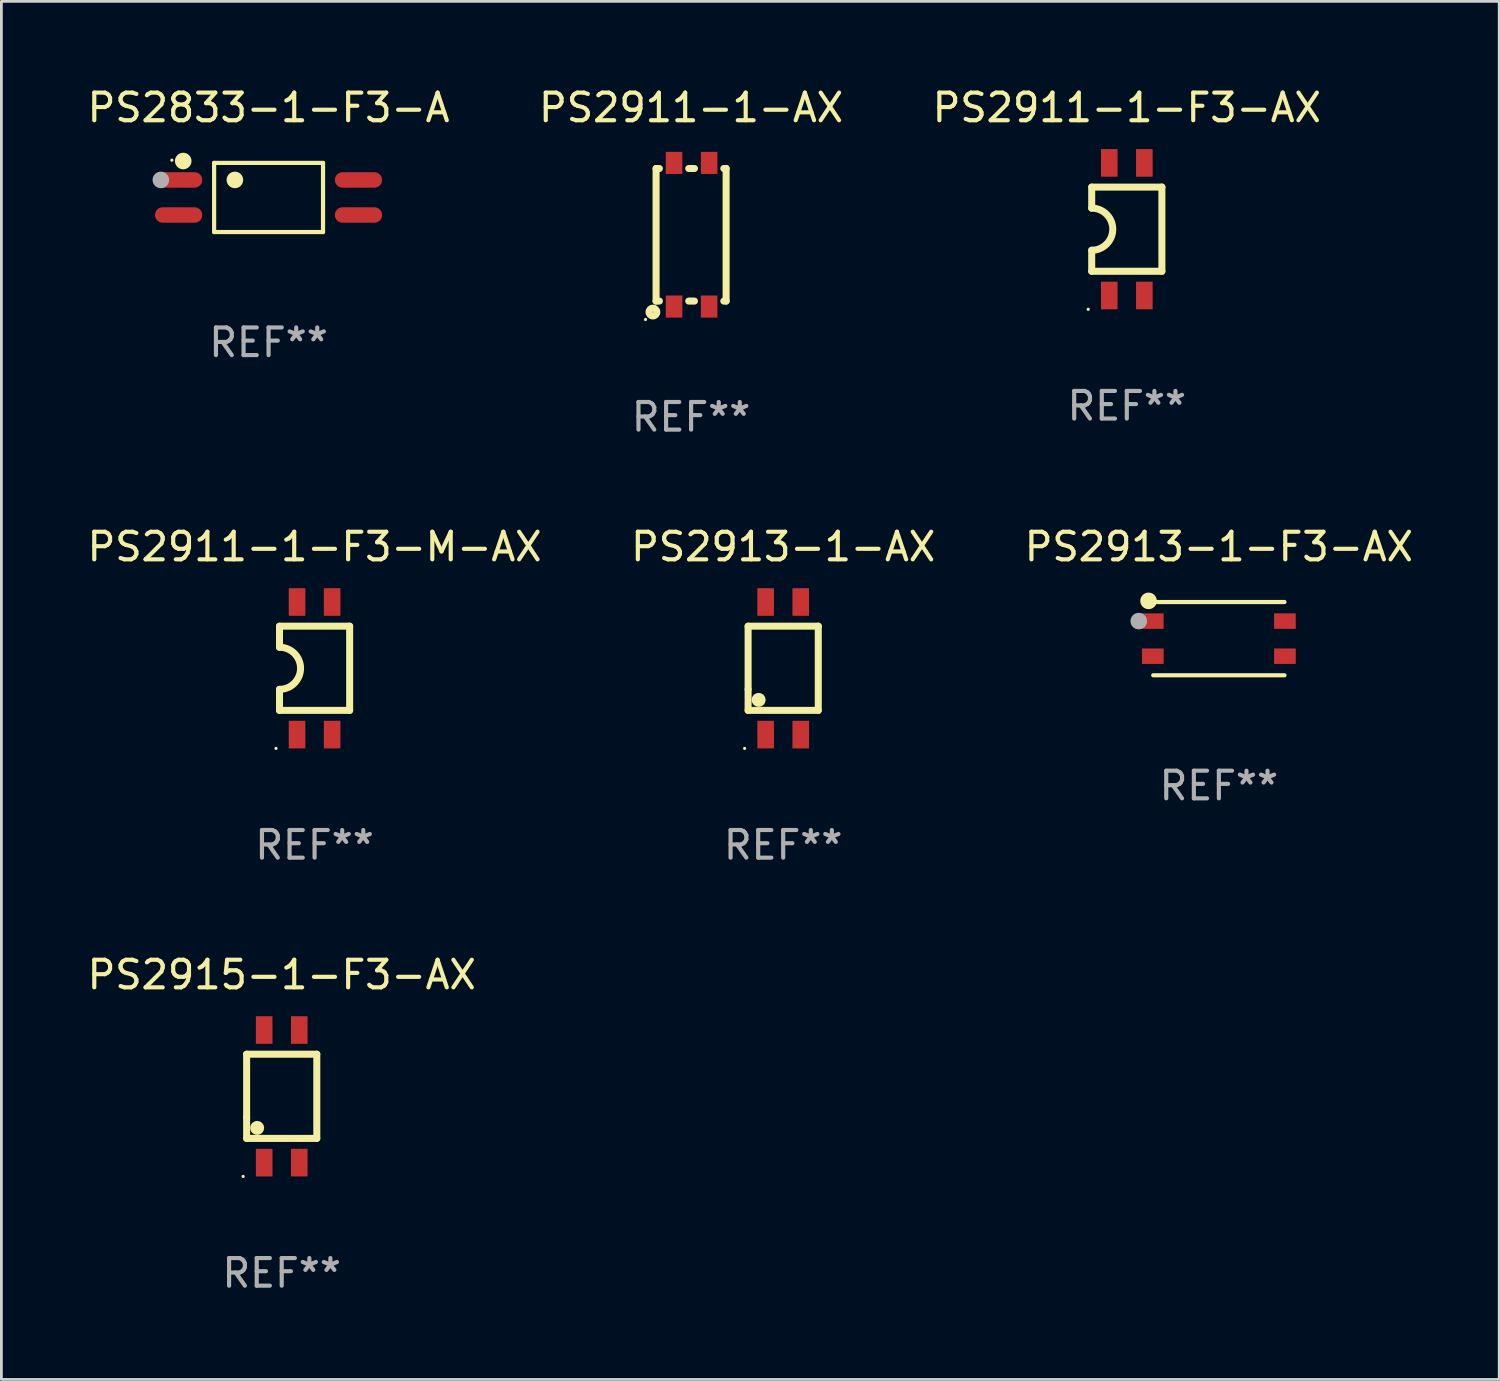
<source format=kicad_pcb>
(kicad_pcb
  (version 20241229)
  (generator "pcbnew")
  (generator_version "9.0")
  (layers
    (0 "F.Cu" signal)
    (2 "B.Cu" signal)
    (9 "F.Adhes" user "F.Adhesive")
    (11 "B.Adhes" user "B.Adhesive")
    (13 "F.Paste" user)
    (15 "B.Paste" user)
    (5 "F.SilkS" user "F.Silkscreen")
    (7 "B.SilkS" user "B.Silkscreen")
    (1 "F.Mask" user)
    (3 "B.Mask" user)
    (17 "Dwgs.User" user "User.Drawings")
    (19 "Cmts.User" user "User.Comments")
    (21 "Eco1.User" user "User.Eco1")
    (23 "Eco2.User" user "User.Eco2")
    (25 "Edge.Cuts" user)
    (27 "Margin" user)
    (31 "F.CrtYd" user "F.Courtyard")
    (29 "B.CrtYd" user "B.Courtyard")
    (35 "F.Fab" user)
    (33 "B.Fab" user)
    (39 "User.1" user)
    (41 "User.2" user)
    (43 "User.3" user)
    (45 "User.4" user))
  (footprint "PS2833-1-F3-A"
    (layer "F.Cu")
    (at 6.673 4.099)
    (property "Reference" "PS2833-1-F3-A" (at 0 -3.251 0) (layer "F.SilkS") (effects (font (size 1 1) (thickness 0.15))))
    (attr through_hole)
    (fp_line (start -1.971 -1.251) (end 1.972 -1.251) (stroke (width 0.152) (type solid)) (layer "F.SilkS"))
    (fp_line (start -1.971 1.251) (end -1.971 -1.251) (stroke (width 0.152) (type solid)) (layer "F.SilkS"))
    (fp_line (start 1.972 -1.251) (end 1.972 1.251) (stroke (width 0.152) (type solid)) (layer "F.SilkS"))
    (fp_line (start 1.972 1.251) (end -1.971 1.251) (stroke (width 0.152) (type solid)) (layer "F.SilkS"))
    (fp_circle (center -3.5 -1.35) (end -3.47 -1.35) (stroke (width 0.06) (type solid)) (fill no) (layer "F.SilkS"))
    (fp_circle (center -3.09 -1.319) (end -2.94 -1.319) (stroke (width 0.3) (type solid)) (fill no) (layer "F.SilkS"))
    (fp_circle (center -1.219 -0.635) (end -1.069 -0.635) (stroke (width 0.3) (type solid)) (fill no) (layer "F.SilkS"))
    (fp_circle (center -3.9 -0.635) (end -3.75 -0.635) (stroke (width 0.3) (type solid)) (fill no) (layer "F.Fab"))
    (fp_text user "REF**" (at 0 5.251 0) (layer "F.Fab") (effects (font (size 1 1) (thickness 0.15))))
    (pad "1" smd oval (at -3.255 -0.635 270) (size 0.56 1.71) (layers "F.Cu" "F.Mask" "F.Paste"))
    (pad "2" smd oval (at -3.255 0.635 270) (size 0.56 1.71) (layers "F.Cu" "F.Mask" "F.Paste"))
    (pad "3" smd oval (at 3.255 0.635 270) (size 0.56 1.71) (layers "F.Cu" "F.Mask" "F.Paste"))
    (pad "4" smd oval (at 3.255 -0.635 270) (size 0.56 1.71) (layers "F.Cu" "F.Mask" "F.Paste")))
  (footprint "PS2913-1-AX"
    (layer "F.Cu")
    (at 25.304 21.145)
    (property "Reference" "PS2913-1-AX" (at 0 -4.4 0) (layer "F.SilkS") (effects (font (size 1 1) (thickness 0.15))))
    (attr through_hole)
    (fp_line (start -1.27 -1.525) (end 1.27 -1.525) (stroke (width 0.254) (type solid)) (layer "F.SilkS"))
    (fp_line (start -1.27 -1.524) (end -1.27 0.762) (stroke (width 0.254) (type solid)) (layer "F.SilkS"))
    (fp_line (start -1.27 0.762) (end -1.27 1.524) (stroke (width 0.254) (type solid)) (layer "F.SilkS"))
    (fp_line (start 1.27 -1.525) (end 1.27 1.523) (stroke (width 0.254) (type solid)) (layer "F.SilkS"))
    (fp_line (start 1.27 1.523) (end -1.27 1.523) (stroke (width 0.254) (type solid)) (layer "F.SilkS"))
    (fp_circle (center -1.397 2.9) (end -1.367 2.9) (stroke (width 0.06) (type solid)) (fill no) (layer "F.SilkS"))
    (fp_circle (center -0.889 1.143) (end -0.762 1.143) (stroke (width 0.254) (type solid)) (fill no) (layer "F.SilkS"))
    (fp_text user "REF**" (at 0 6.4 0) (layer "F.Fab") (effects (font (size 1 1) (thickness 0.15))))
    (pad "1" smd rect (at -0.635 2.4) (size 0.6 1) (layers "F.Cu" "F.Mask" "F.Paste"))
    (pad "2" smd rect (at 0.635 2.4) (size 0.6 1) (layers "F.Cu" "F.Mask" "F.Paste"))
    (pad "3" smd rect (at 0.635 -2.4) (size 0.6 1) (layers "F.Cu" "F.Mask" "F.Paste"))
    (pad "4" smd rect (at -0.635 -2.4) (size 0.6 1) (layers "F.Cu" "F.Mask" "F.Paste")))
  (footprint "PS2915-1-F3-AX"
    (layer "F.Cu")
    (at 7.149 36.641)
    (property "Reference" "PS2915-1-F3-AX" (at 0 -4.4 0) (layer "F.SilkS") (effects (font (size 1 1) (thickness 0.15))))
    (attr through_hole)
    (fp_line (start -1.27 -1.525) (end 1.27 -1.525) (stroke (width 0.254) (type solid)) (layer "F.SilkS"))
    (fp_line (start -1.27 -1.524) (end -1.27 0.762) (stroke (width 0.254) (type solid)) (layer "F.SilkS"))
    (fp_line (start -1.27 0.762) (end -1.27 1.524) (stroke (width 0.254) (type solid)) (layer "F.SilkS"))
    (fp_line (start 1.27 -1.525) (end 1.27 1.523) (stroke (width 0.254) (type solid)) (layer "F.SilkS"))
    (fp_line (start 1.27 1.523) (end -1.27 1.523) (stroke (width 0.254) (type solid)) (layer "F.SilkS"))
    (fp_circle (center -1.397 2.9) (end -1.367 2.9) (stroke (width 0.06) (type solid)) (fill no) (layer "F.SilkS"))
    (fp_circle (center -0.889 1.143) (end -0.762 1.143) (stroke (width 0.254) (type solid)) (fill no) (layer "F.SilkS"))
    (fp_text user "REF**" (at 0 6.4 0) (layer "F.Fab") (effects (font (size 1 1) (thickness 0.15))))
    (pad "1" smd rect (at -0.635 2.4) (size 0.6 1) (layers "F.Cu" "F.Mask" "F.Paste"))
    (pad "2" smd rect (at 0.635 2.4) (size 0.6 1) (layers "F.Cu" "F.Mask" "F.Paste"))
    (pad "3" smd rect (at 0.635 -2.4) (size 0.6 1) (layers "F.Cu" "F.Mask" "F.Paste"))
    (pad "4" smd rect (at -0.635 -2.4) (size 0.6 1) (layers "F.Cu" "F.Mask" "F.Paste")))
  (footprint "PS2911-1-F3-AX"
    (layer "F.Cu")
    (at 37.744 5.248)
    (property "Reference" "PS2911-1-F3-AX" (at 0 -4.4 0) (layer "F.SilkS") (effects (font (size 1 1) (thickness 0.15))))
    (attr through_hole)
    (fp_line (start -1.27 -1.525) (end 1.27 -1.525) (stroke (width 0.254) (type solid)) (layer "F.SilkS"))
    (fp_line (start -1.27 -1.524) (end -1.27 -0.762) (stroke (width 0.254) (type solid)) (layer "F.SilkS"))
    (fp_line (start -1.27 0.762) (end -1.27 1.524) (stroke (width 0.254) (type solid)) (layer "F.SilkS"))
    (fp_line (start 1.27 -1.525) (end 1.27 1.523) (stroke (width 0.254) (type solid)) (layer "F.SilkS"))
    (fp_line (start 1.27 1.523) (end -1.27 1.523) (stroke (width 0.254) (type solid)) (layer "F.SilkS"))
    (fp_arc (start -1.270003 -0.762077) (mid -0.508002 -0.000076) (end -1.270003 0.761925) (stroke (width 0.254001) (type solid)) (layer "F.SilkS"))
    (fp_circle (center -1.397 2.9) (end -1.367 2.9) (stroke (width 0.06) (type solid)) (fill no) (layer "F.SilkS"))
    (fp_text user "REF**" (at 0 6.4 0) (layer "F.Fab") (effects (font (size 1 1) (thickness 0.15))))
    (pad "1" smd rect (at -0.635 2.4) (size 0.6 1) (layers "F.Cu" "F.Mask" "F.Paste"))
    (pad "2" smd rect (at 0.635 2.4) (size 0.6 1) (layers "F.Cu" "F.Mask" "F.Paste"))
    (pad "3" smd rect (at 0.635 -2.4) (size 0.6 1) (layers "F.Cu" "F.Mask" "F.Paste"))
    (pad "4" smd rect (at -0.635 -2.4) (size 0.6 1) (layers "F.Cu" "F.Mask" "F.Paste")))
  (footprint "PS2913-1-F3-AX"
    (layer "F.Cu")
    (at 41.077 20.071)
    (property "Reference" "PS2913-1-F3-AX" (at 0 -3.326 0) (layer "F.SilkS") (effects (font (size 1 1) (thickness 0.15))))
    (attr through_hole)
    (fp_line (start -2.376 -1.326) (end 2.376 -1.326) (stroke (width 0.152) (type solid)) (layer "F.SilkS"))
    (fp_line (start -2.376 1.326) (end 2.376 1.326) (stroke (width 0.152) (type solid)) (layer "F.SilkS"))
    (fp_circle (center -2.545 -1.367) (end -2.395 -1.367) (stroke (width 0.3) (type solid)) (fill no) (layer "F.SilkS"))
    (fp_circle (center -2.5 -1.25) (end -2.47 -1.25) (stroke (width 0.06) (type solid)) (fill no) (layer "F.SilkS"))
    (fp_circle (center -2.9 -0.635) (end -2.75 -0.635) (stroke (width 0.3) (type solid)) (fill no) (layer "F.Fab"))
    (fp_text user "REF**" (at 0 5.326 0) (layer "F.Fab") (effects (font (size 1 1) (thickness 0.15))))
    (pad "1" smd rect (at -2.392 -0.635) (size 0.785 0.56) (layers "F.Cu" "F.Mask" "F.Paste"))
    (pad "2" smd rect (at -2.392 0.635) (size 0.785 0.56) (layers "F.Cu" "F.Mask" "F.Paste"))
    (pad "3" smd rect (at 2.392 0.635) (size 0.785 0.56) (layers "F.Cu" "F.Mask" "F.Paste"))
    (pad "4" smd rect (at 2.392 -0.635) (size 0.785 0.56) (layers "F.Cu" "F.Mask" "F.Paste")))
  (footprint "PS2911-1-AX"
    (layer "F.Cu")
    (at 21.97 5.448)
    (property "Reference" "PS2911-1-AX" (at 0 -4.6 0) (layer "F.SilkS") (effects (font (size 1 1) (thickness 0.15))))
    (attr through_hole)
    (fp_line (start -1.268 -2.398) (end -1.148 -2.398) (stroke (width 0.254) (type solid)) (layer "F.SilkS"))
    (fp_line (start -1.268 2.402) (end -1.268 -2.398) (stroke (width 0.254) (type solid)) (layer "F.SilkS"))
    (fp_line (start -1.268 2.402) (end -1.148 2.402) (stroke (width 0.254) (type solid)) (layer "F.SilkS"))
    (fp_line (start -0.086 -2.398) (end 0.122 -2.398) (stroke (width 0.254) (type solid)) (layer "F.SilkS"))
    (fp_line (start -0.086 2.402) (end 0.122 2.402) (stroke (width 0.254) (type solid)) (layer "F.SilkS"))
    (fp_line (start 1.184 -2.398) (end 1.268 -2.398) (stroke (width 0.254) (type solid)) (layer "F.SilkS"))
    (fp_line (start 1.184 2.402) (end 1.268 2.402) (stroke (width 0.254) (type solid)) (layer "F.SilkS"))
    (fp_line (start 1.268 -2.4) (end 1.268 2.4) (stroke (width 0.254) (type solid)) (layer "F.SilkS"))
    (fp_circle (center -1.651 3.069) (end -1.621 3.069) (stroke (width 0.06) (type solid)) (fill no) (layer "F.SilkS"))
    (fp_circle (center -1.382 2.8) (end -1.241 2.8) (stroke (width 0.254) (type solid)) (fill no) (layer "F.SilkS"))
    (fp_text user "REF**" (at 0 6.6 0) (layer "F.Fab") (effects (font (size 1 1) (thickness 0.15))))
    (pad "1" smd rect (at -0.617 2.6 180) (size 0.6 0.8) (layers "F.Cu" "F.Mask" "F.Paste"))
    (pad "2" smd rect (at 0.653 2.6 180) (size 0.6 0.8) (layers "F.Cu" "F.Mask" "F.Paste"))
    (pad "3" smd rect (at 0.653 -2.6 180) (size 0.6 0.8) (layers "F.Cu" "F.Mask" "F.Paste"))
    (pad "4" smd rect (at -0.617 -2.6 180) (size 0.6 0.8) (layers "F.Cu" "F.Mask" "F.Paste")))
  (footprint "PS2911-1-F3-M-AX"
    (layer "F.Cu")
    (at 8.339 21.145)
    (property "Reference" "PS2911-1-F3-M-AX" (at 0 -4.4 0) (layer "F.SilkS") (effects (font (size 1 1) (thickness 0.15))))
    (attr through_hole)
    (fp_line (start -1.27 -1.525) (end 1.27 -1.525) (stroke (width 0.254) (type solid)) (layer "F.SilkS"))
    (fp_line (start -1.27 -1.524) (end -1.27 -0.762) (stroke (width 0.254) (type solid)) (layer "F.SilkS"))
    (fp_line (start -1.27 0.762) (end -1.27 1.524) (stroke (width 0.254) (type solid)) (layer "F.SilkS"))
    (fp_line (start 1.27 -1.525) (end 1.27 1.523) (stroke (width 0.254) (type solid)) (layer "F.SilkS"))
    (fp_line (start 1.27 1.523) (end -1.27 1.523) (stroke (width 0.254) (type solid)) (layer "F.SilkS"))
    (fp_arc (start -1.270003 -0.762077) (mid -0.508002 -0.000076) (end -1.270003 0.761925) (stroke (width 0.254001) (type solid)) (layer "F.SilkS"))
    (fp_circle (center -1.397 2.9) (end -1.367 2.9) (stroke (width 0.06) (type solid)) (fill no) (layer "F.SilkS"))
    (fp_text user "REF**" (at 0 6.4 0) (layer "F.Fab") (effects (font (size 1 1) (thickness 0.15))))
    (pad "1" smd rect (at -0.635 2.4) (size 0.6 1) (layers "F.Cu" "F.Mask" "F.Paste"))
    (pad "2" smd rect (at 0.635 2.4) (size 0.6 1) (layers "F.Cu" "F.Mask" "F.Paste"))
    (pad "3" smd rect (at 0.635 -2.4) (size 0.6 1) (layers "F.Cu" "F.Mask" "F.Paste"))
    (pad "4" smd rect (at -0.635 -2.4) (size 0.6 1) (layers "F.Cu" "F.Mask" "F.Paste")))
  (gr_rect
    (start -3 -3)
    (end 51.226 46.89)
    (stroke (width 0.1) (type default))
    (fill no)
    (layer "Edge.Cuts")))
</source>
